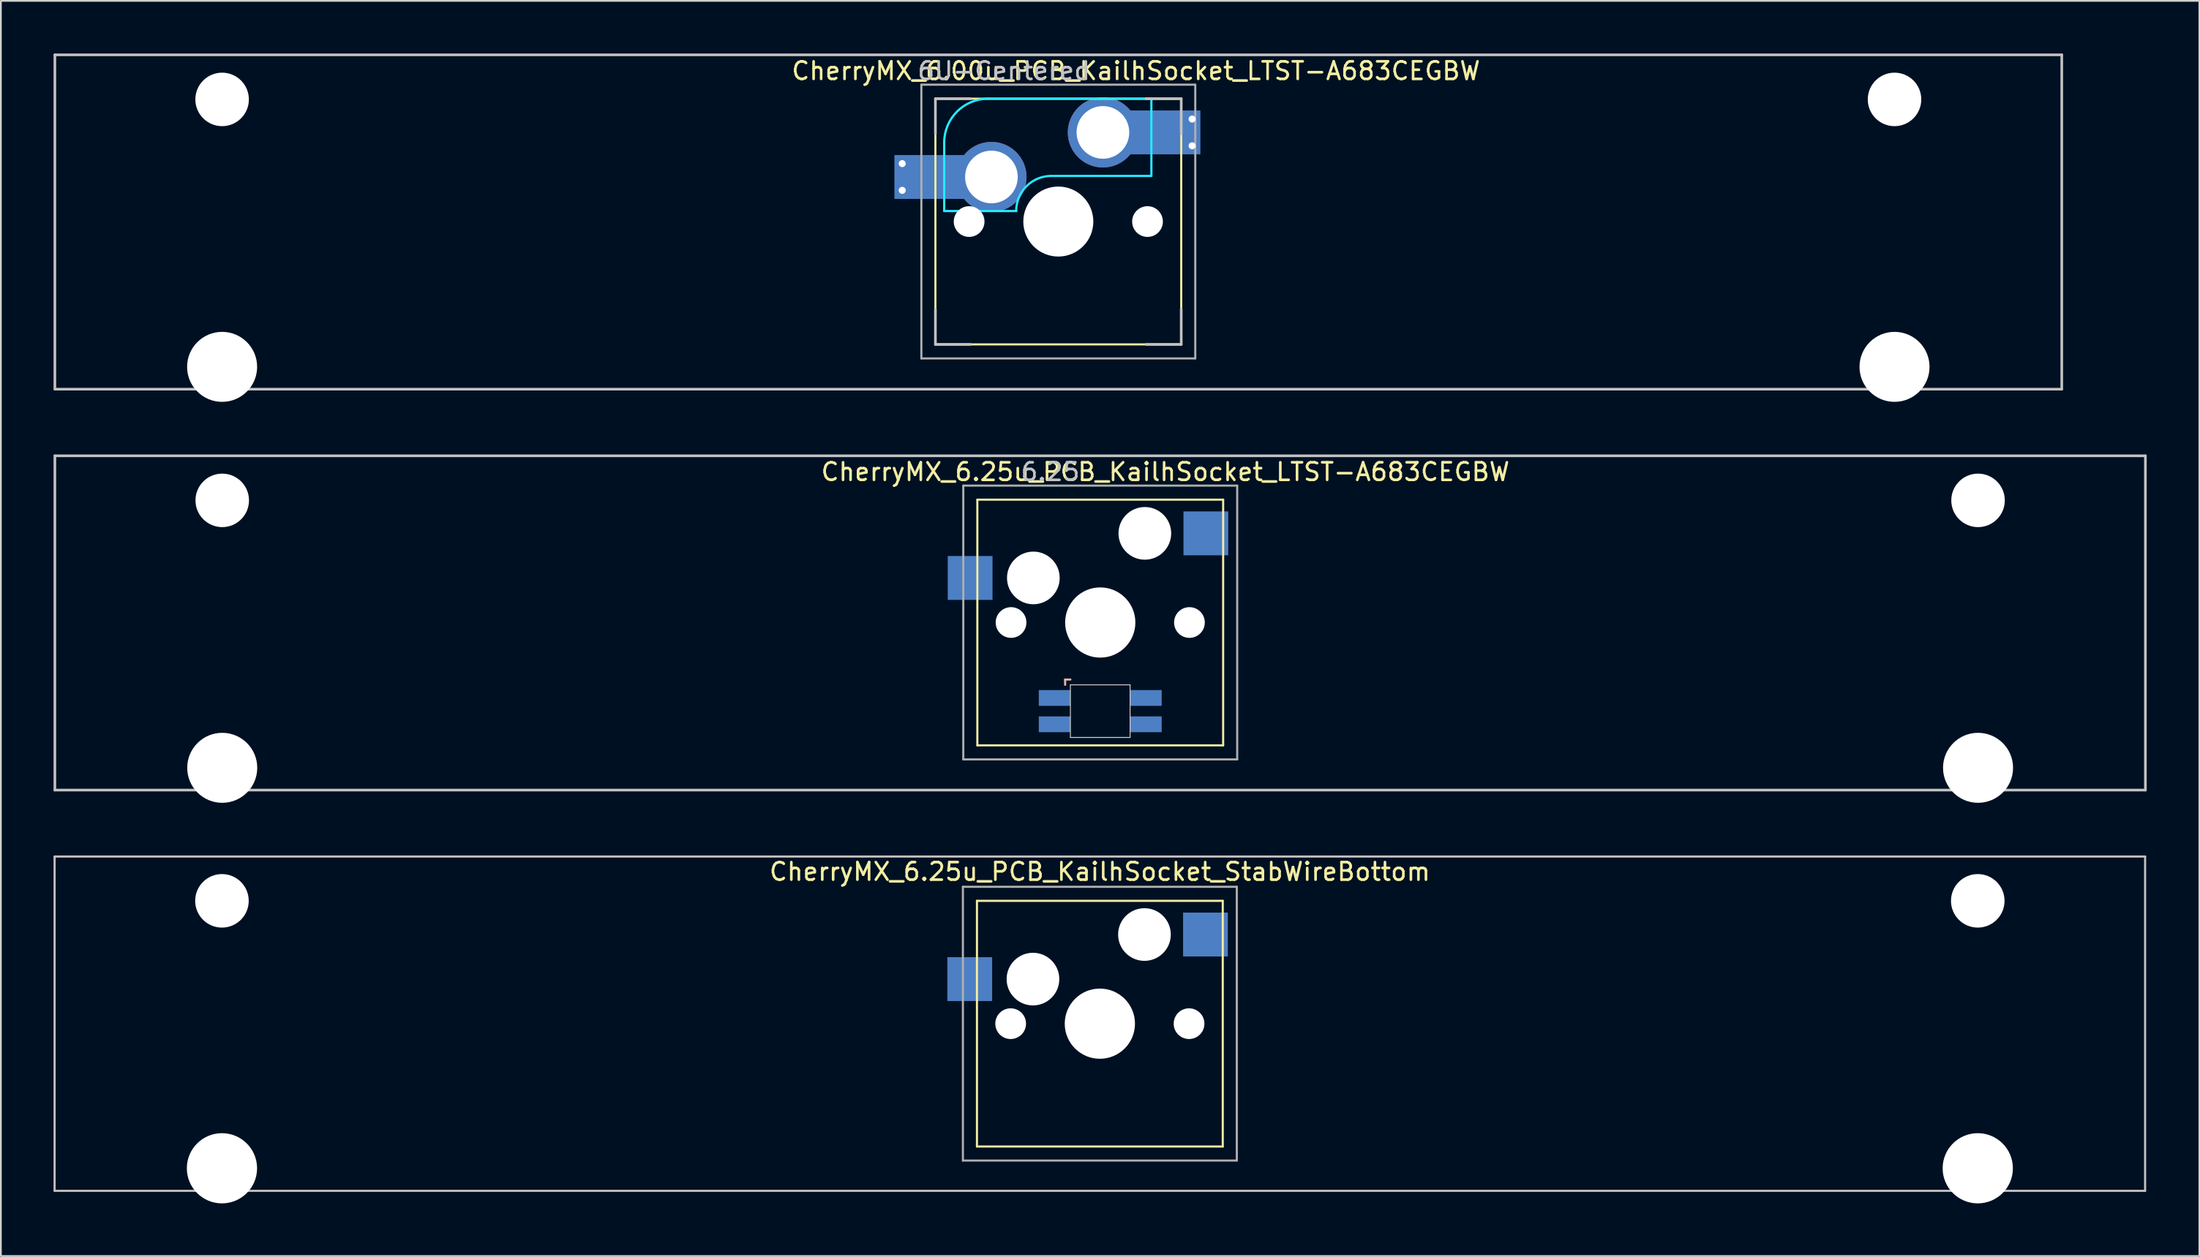
<source format=kicad_pcb>
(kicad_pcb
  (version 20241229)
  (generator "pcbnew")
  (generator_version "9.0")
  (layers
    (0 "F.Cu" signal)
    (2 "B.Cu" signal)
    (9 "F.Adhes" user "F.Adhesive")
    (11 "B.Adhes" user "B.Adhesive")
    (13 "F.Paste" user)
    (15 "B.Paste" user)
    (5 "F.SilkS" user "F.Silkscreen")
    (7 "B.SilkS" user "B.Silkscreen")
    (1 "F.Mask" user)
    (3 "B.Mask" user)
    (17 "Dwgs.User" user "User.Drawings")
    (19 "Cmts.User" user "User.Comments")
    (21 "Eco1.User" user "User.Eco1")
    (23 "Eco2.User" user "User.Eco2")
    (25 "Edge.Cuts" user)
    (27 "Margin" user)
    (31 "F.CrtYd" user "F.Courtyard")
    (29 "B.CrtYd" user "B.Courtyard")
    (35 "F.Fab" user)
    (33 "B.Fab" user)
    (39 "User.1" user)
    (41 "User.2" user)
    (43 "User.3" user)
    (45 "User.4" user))
  (footprint "CherryMX_6.00u_PCB_KailhSocket_LTST-A683CEGBW"
    (layer "F.Cu")
    (at 57.225 9.575)
    (property "Reference" "CherryMX_6.00u_PCB_KailhSocket_LTST-A683CEGBW" (at 4.42 -8.585 0) (layer "F.SilkS") (effects (font (size 1 1) (thickness 0.15))))
    (attr through_hole)
    (fp_line (start -7 -7) (end -7 7) (stroke (width 0.12) (type solid)) (layer "F.SilkS"))
    (fp_line (start -7 -7) (end 7 -7) (stroke (width 0.12) (type solid)) (layer "F.SilkS"))
    (fp_line (start 7 -7) (end 7 7) (stroke (width 0.12) (type solid)) (layer "F.SilkS"))
    (fp_line (start 7 7) (end -7 7) (stroke (width 0.12) (type solid)) (layer "F.SilkS"))
    (fp_line (start -57.15 -9.5) (end 57.15 -9.5) (stroke (width 0.15) (type solid)) (layer "Dwgs.User"))
    (fp_line (start -57.15 9.55) (end -57.15 -9.5) (stroke (width 0.15) (type solid)) (layer "Dwgs.User"))
    (fp_line (start -57.15 9.55) (end 57.15 9.55) (stroke (width 0.15) (type solid)) (layer "Dwgs.User"))
    (fp_line (start -7 -7) (end -7 -5) (stroke (width 0.15) (type solid)) (layer "Dwgs.User"))
    (fp_line (start -7 5) (end -7 7) (stroke (width 0.15) (type solid)) (layer "Dwgs.User"))
    (fp_line (start -7 7) (end -5 7) (stroke (width 0.15) (type solid)) (layer "Dwgs.User"))
    (fp_line (start -5 -7) (end -7 -7) (stroke (width 0.15) (type solid)) (layer "Dwgs.User"))
    (fp_line (start 5 -7) (end 7 -7) (stroke (width 0.15) (type solid)) (layer "Dwgs.User"))
    (fp_line (start 5 7) (end 7 7) (stroke (width 0.15) (type solid)) (layer "Dwgs.User"))
    (fp_line (start 7 -7) (end 7 -5) (stroke (width 0.15) (type solid)) (layer "Dwgs.User"))
    (fp_line (start 7 7) (end 7 5) (stroke (width 0.15) (type solid)) (layer "Dwgs.User"))
    (fp_line (start 57.15 -9.5) (end 57.15 9.55) (stroke (width 0.15) (type solid)) (layer "Dwgs.User"))
    (fp_line (start -6.5 -4.5) (end -6.5 -0.6) (stroke (width 0.127) (type solid)) (layer "B.CrtYd"))
    (fp_line (start -6.5 -0.6) (end -2.4 -0.6) (stroke (width 0.127) (type solid)) (layer "B.CrtYd"))
    (fp_line (start -0.4 -2.6) (end 5.3 -2.6) (stroke (width 0.127) (type solid)) (layer "B.CrtYd"))
    (fp_line (start 5.3 -7) (end -4 -7) (stroke (width 0.127) (type solid)) (layer "B.CrtYd"))
    (fp_line (start 5.3 -7) (end 5.3 -2.6) (stroke (width 0.127) (type solid)) (layer "B.CrtYd"))
    (fp_arc (start -6.5 -4.5) (mid -5.767767 -6.267767) (end -4 -7) (stroke (width 0.127) (type solid)) (layer "B.CrtYd"))
    (fp_arc (start -2.4 -0.6) (mid -1.814214 -2.014214) (end -0.4 -2.6) (stroke (width 0.127) (type solid)) (layer "B.CrtYd"))
    (fp_line (start -7.8 -7.8) (end -7.8 7.8) (stroke (width 0.12) (type solid)) (layer "F.Fab"))
    (fp_line (start -7.8 -7.8) (end 7.8 -7.8) (stroke (width 0.12) (type solid)) (layer "F.Fab"))
    (fp_line (start -7.8 7.8) (end 7.8 7.8) (stroke (width 0.12) (type solid)) (layer "F.Fab"))
    (fp_line (start 7.8 -7.8) (end 7.8 7.8) (stroke (width 0.12) (type solid)) (layer "F.Fab"))
    (fp_text user "6U-Centered" (at -3.099 -8.585 0) (layer "Dwgs.User") (effects (font (size 1 1) (thickness 0.15))))
    (pad "" np_thru_hole circle (at -47.625 -6.96) (size 3.048 3.048) (drill 3.048) (layers "*.Cu" "*.Mask"))
    (pad "" np_thru_hole circle (at -47.625 8.28) (size 3.988 3.988) (drill 3.988) (layers "*.Cu" "*.Mask"))
    (pad "" smd rect (at -7.085 -2.54) (size 2.55 2.5) (layers "B.Mask" "B.Paste"))
    (pad "" np_thru_hole circle (at -5.08 0 48.1) (size 1.75 1.75) (drill 1.75) (layers "*.Cu" "*.Mask"))
    (pad "" np_thru_hole circle (at 0 0) (size 3.988 3.988) (drill 3.988) (layers "*.Cu" "*.Mask"))
    (pad "" np_thru_hole circle (at 5.08 0 48.1) (size 1.75 1.75) (drill 1.75) (layers "*.Cu" "*.Mask"))
    (pad "" smd rect (at 5.815 -5.08) (size 2.55 2.5) (layers "B.Mask" "B.Paste"))
    (pad "" np_thru_hole circle (at 47.625 -6.96) (size 3.048 3.048) (drill 3.048) (layers "*.Cu" "*.Mask"))
    (pad "" np_thru_hole circle (at 47.625 8.28) (size 3.988 3.988) (drill 3.988) (layers "*.Cu" "*.Mask"))
    (pad "1" thru_hole circle (at -8.89 -3.302) (size 0.8 0.8) (drill 0.4) (layers "*.Cu"))
    (pad "1" thru_hole circle (at -8.89 -1.778) (size 0.8 0.8) (drill 0.4) (layers "*.Cu"))
    (pad "1" smd rect (at -7.085 -2.54) (size 4.5 2.5) (layers "B.Cu"))
    (pad "1" thru_hole circle (at -3.81 -2.54) (size 4 4) (drill 3) (layers "*.Cu"))
    (pad "2" thru_hole circle (at 2.54 -5.08) (size 4 4) (drill 3) (layers "*.Cu"))
    (pad "2" smd rect (at 5.842 -5.08) (size 4.5 2.5) (layers "B.Cu"))
    (pad "2" thru_hole circle (at 7.62 -5.842) (size 0.8 0.8) (drill 0.4) (layers "*.Cu"))
    (pad "2" thru_hole circle (at 7.62 -4.318) (size 0.8 0.8) (drill 0.4) (layers "*.Cu")))
  (footprint "CherryMX_6.25u_PCB_KailhSocket_StabWireBottom"
    (layer "F.Cu")
    (at 59.591 55.283)
    (property "Reference" "CherryMX_6.25u_PCB_KailhSocket_StabWireBottom" (at 0 -8.662 0) (layer "F.SilkS") (effects (font (size 1 1) (thickness 0.15))))
    (attr through_hole)
    (fp_line (start -7 -7) (end -7 7) (stroke (width 0.12) (type solid)) (layer "F.SilkS"))
    (fp_line (start -7 -7) (end 7 -7) (stroke (width 0.12) (type solid)) (layer "F.SilkS"))
    (fp_line (start 7 -7) (end 7 7) (stroke (width 0.12) (type solid)) (layer "F.SilkS"))
    (fp_line (start 7 7) (end -7 7) (stroke (width 0.12) (type solid)) (layer "F.SilkS"))
    (fp_line (start -59.531 -9.525) (end 59.531 -9.525) (stroke (width 0.12) (type solid)) (layer "Dwgs.User"))
    (fp_line (start -59.531 9.525) (end -59.531 -9.525) (stroke (width 0.12) (type solid)) (layer "Dwgs.User"))
    (fp_line (start 59.531 -9.525) (end 59.531 9.525) (stroke (width 0.12) (type solid)) (layer "Dwgs.User"))
    (fp_line (start 59.531 9.525) (end -59.531 9.525) (stroke (width 0.12) (type solid)) (layer "Dwgs.User"))
    (fp_line (start -7.8 -7.8) (end -7.8 7.8) (stroke (width 0.12) (type solid)) (layer "F.Fab"))
    (fp_line (start -7.8 -7.8) (end 7.8 -7.8) (stroke (width 0.12) (type solid)) (layer "F.Fab"))
    (fp_line (start -7.8 7.8) (end 7.8 7.8) (stroke (width 0.12) (type solid)) (layer "F.Fab"))
    (fp_line (start 7.8 -7.8) (end 7.8 7.8) (stroke (width 0.12) (type solid)) (layer "F.Fab"))
    (pad "" np_thru_hole circle (at -50 -7) (size 3.05 3.05) (drill 3.05) (layers "*.Cu" "*.Mask"))
    (pad "" np_thru_hole circle (at -50 8.24) (size 4 4) (drill 4) (layers "*.Cu" "*.Mask"))
    (pad "" np_thru_hole circle (at -5.08 0) (size 1.75 1.75) (drill 1.75) (layers "*.Cu" "*.Mask"))
    (pad "" np_thru_hole circle (at -3.81 -2.54) (size 3 3) (drill 3) (layers "*.Cu" "*.Mask"))
    (pad "" np_thru_hole circle (at 0 0) (size 4 4) (drill 4) (layers "*.Cu" "*.Mask"))
    (pad "" np_thru_hole circle (at 2.54 -5.08) (size 3 3) (drill 3) (layers "*.Cu" "*.Mask"))
    (pad "" np_thru_hole circle (at 5.08 0) (size 1.75 1.75) (drill 1.75) (layers "*.Cu" "*.Mask"))
    (pad "" np_thru_hole circle (at 50 -7) (size 3.05 3.05) (drill 3.05) (layers "*.Cu" "*.Mask"))
    (pad "" np_thru_hole circle (at 50 8.24) (size 4 4) (drill 4) (layers "*.Cu" "*.Mask"))
    (pad "1" smd rect (at -7.41 -2.54) (size 2.55 2.5) (layers "B.Cu" "B.Mask" "B.Paste"))
    (pad "2" smd rect (at 6.015 -5.08) (size 2.55 2.5) (layers "B.Cu" "B.Mask" "B.Paste")))
  (footprint "CherryMX_6.25u_PCB_KailhSocket_LTST-A683CEGBW"
    (layer "F.Cu")
    (at 59.613 32.423)
    (property "Reference" "CherryMX_6.25u_PCB_KailhSocket_LTST-A683CEGBW" (at 3.708 -8.585 0) (layer "F.SilkS") (effects (font (size 1 1) (thickness 0.15))))
    (attr through_hole)
    (fp_line (start -7 -7) (end -7 7) (stroke (width 0.12) (type solid)) (layer "F.SilkS"))
    (fp_line (start -7 -7) (end 7 -7) (stroke (width 0.12) (type solid)) (layer "F.SilkS"))
    (fp_line (start 7 -7) (end 7 7) (stroke (width 0.12) (type solid)) (layer "F.SilkS"))
    (fp_line (start 7 7) (end -7 7) (stroke (width 0.12) (type solid)) (layer "F.SilkS"))
    (fp_line (start -2 3.25) (end -2 3.55) (stroke (width 0.12) (type solid)) (layer "B.SilkS"))
    (fp_line (start -1.7 3.25) (end -2 3.25) (stroke (width 0.12) (type solid)) (layer "B.SilkS"))
    (fp_line (start -59.538 -9.5) (end 59.525 -9.5) (stroke (width 0.15) (type solid)) (layer "Dwgs.User"))
    (fp_line (start -59.538 9.55) (end -59.538 -9.5) (stroke (width 0.15) (type solid)) (layer "Dwgs.User"))
    (fp_line (start 59.525 -9.5) (end 59.525 9.55) (stroke (width 0.15) (type solid)) (layer "Dwgs.User"))
    (fp_line (start 59.525 9.55) (end -59.538 9.55) (stroke (width 0.15) (type solid)) (layer "Dwgs.User"))
    (fp_line (start -1.7 3.55) (end 1.7 3.55) (stroke (width 0.05) (type solid)) (layer "Edge.Cuts"))
    (fp_line (start -1.7 6.55) (end -1.7 3.55) (stroke (width 0.05) (type solid)) (layer "Edge.Cuts"))
    (fp_line (start 1.7 3.55) (end 1.7 6.55) (stroke (width 0.05) (type solid)) (layer "Edge.Cuts"))
    (fp_line (start 1.7 6.55) (end -1.7 6.55) (stroke (width 0.05) (type solid)) (layer "Edge.Cuts"))
    (fp_line (start -7.8 -7.8) (end -7.8 7.8) (stroke (width 0.12) (type solid)) (layer "F.Fab"))
    (fp_line (start -7.8 -7.8) (end 7.8 -7.8) (stroke (width 0.12) (type solid)) (layer "F.Fab"))
    (fp_line (start -7.8 7.8) (end 7.8 7.8) (stroke (width 0.12) (type solid)) (layer "F.Fab"))
    (fp_line (start 7.8 -7.8) (end 7.8 7.8) (stroke (width 0.12) (type solid)) (layer "F.Fab"))
    (fp_text user "6.25" (at -2.845 -8.585 0) (layer "Dwgs.User") (effects (font (size 1 1) (thickness 0.15))))
    (pad "" np_thru_hole circle (at -50.006 -6.96) (size 3.048 3.048) (drill 3.048) (layers "*.Cu" "*.Mask"))
    (pad "" np_thru_hole circle (at -50.006 8.28) (size 3.988 3.988) (drill 3.988) (layers "*.Cu" "*.Mask"))
    (pad "" np_thru_hole circle (at -5.08 0) (size 1.75 1.75) (drill 1.75) (layers "*.Cu" "*.Mask"))
    (pad "" np_thru_hole circle (at -3.81 -2.54) (size 3 3) (drill 3) (layers "*.Cu" "*.Mask"))
    (pad "" np_thru_hole circle (at 0 0) (size 4 4) (drill 4) (layers "*.Cu" "*.Mask"))
    (pad "" np_thru_hole circle (at 2.54 -5.08) (size 3 3) (drill 3) (layers "*.Cu" "*.Mask"))
    (pad "" np_thru_hole circle (at 5.08 0) (size 1.75 1.75) (drill 1.75) (layers "*.Cu" "*.Mask"))
    (pad "" np_thru_hole circle (at 49.994 -6.96) (size 3.048 3.048) (drill 3.048) (layers "*.Cu" "*.Mask"))
    (pad "" np_thru_hole circle (at 49.994 8.28) (size 3.988 3.988) (drill 3.988) (layers "*.Cu" "*.Mask"))
    (pad "1" smd rect (at -7.41 -2.54) (size 2.55 2.5) (layers "B.Cu" "B.Mask" "B.Paste"))
    (pad "2" smd rect (at 6.015 -5.08) (size 2.55 2.5) (layers "B.Cu" "B.Mask" "B.Paste"))
    (pad "3" smd rect (at -2.6 4.3) (size 1.8 0.9) (layers "B.Cu" "B.Mask" "B.Paste"))
    (pad "4" smd rect (at -2.6 5.8) (size 1.8 0.9) (layers "B.Cu" "B.Mask" "B.Paste"))
    (pad "5" smd rect (at 2.6 4.3) (size 1.8 0.9) (layers "B.Cu" "B.Mask" "B.Paste"))
    (pad "6" smd rect (at 2.6 5.8) (size 1.8 0.9) (layers "B.Cu" "B.Mask" "B.Paste")))
  (gr_rect
    (start -3 -3)
    (end 122.213 68.523)
    (stroke (width 0.1) (type default))
    (fill no)
    (layer "Edge.Cuts")))
</source>
